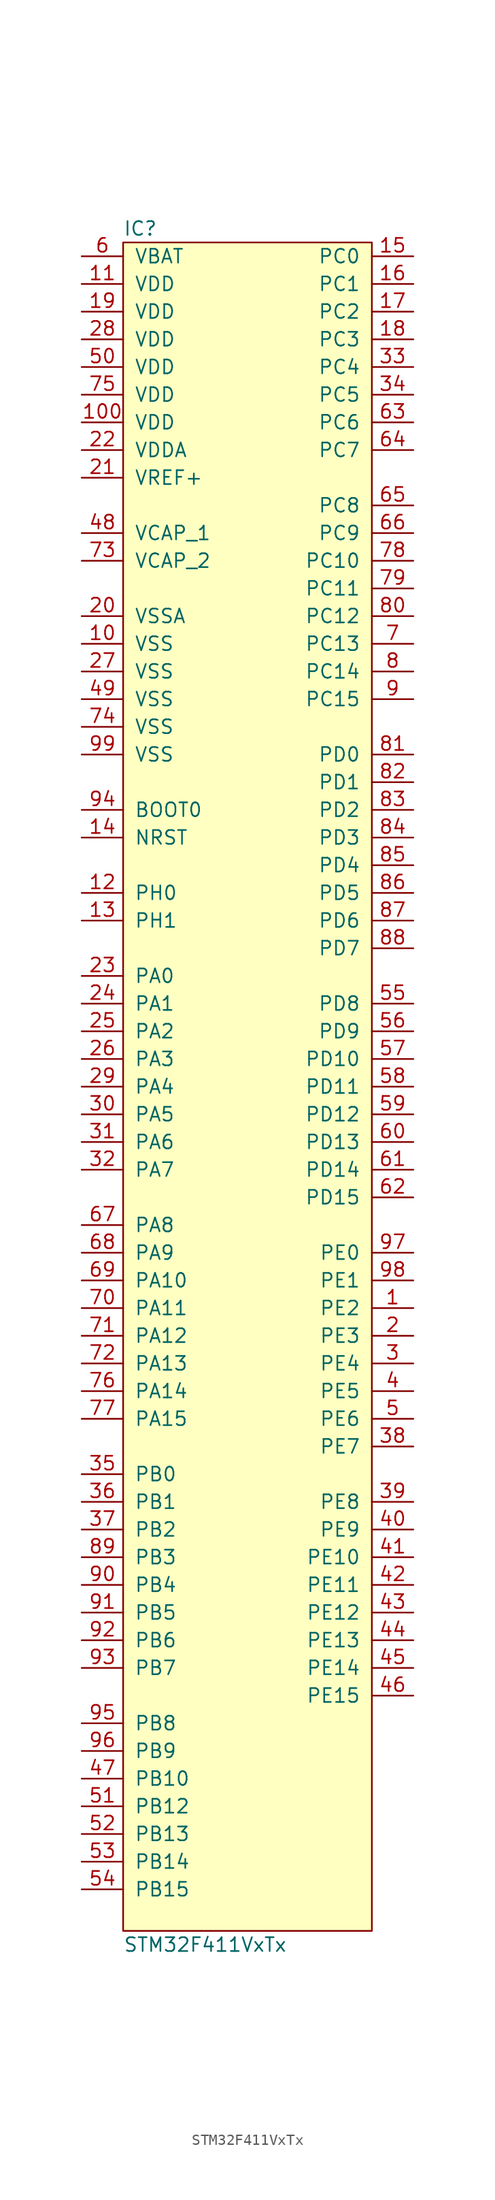
<source format=kicad_sym>
(kicad_symbol_lib
  (version 20211014)
  (generator agg_kicad.build_lib_ic)
  (symbol "STM32F411VxTx"
    (pin_names
      (offset 1.016))
    (property Reference IC
      (at -11.43 78.74 0)
      (effects (font (size 1.27 1.27)) (justify left)))
    (property Value "STM32F411VxTx"
      (at -11.43 -78.74 0)
      (effects (font (size 1.27 1.27)) (justify left)))
    (symbol "STM32F411VxTx_0_0"
      (rectangle (start -11.43 77.47) (end 11.43 -77.47) (stroke (width 0) (type default) (color 0 0 0 0)) (fill (type background)))
      (pin power_in line (at -15.24 76.2 0) (length 3.81) (name VBAT (effects (font (size 1.27 1.27)))) (number "6" (effects (font (size 1.27 1.27)))))
      (pin power_in line (at -15.24 73.66 0) (length 3.81) (name VDD (effects (font (size 1.27 1.27)))) (number "11" (effects (font (size 1.27 1.27)))))
      (pin power_in line (at -15.24 71.12 0) (length 3.81) (name VDD (effects (font (size 1.27 1.27)))) (number "19" (effects (font (size 1.27 1.27)))))
      (pin power_in line (at -15.24 68.58 0) (length 3.81) (name VDD (effects (font (size 1.27 1.27)))) (number "28" (effects (font (size 1.27 1.27)))))
      (pin power_in line (at -15.24 66.04 0) (length 3.81) (name VDD (effects (font (size 1.27 1.27)))) (number "50" (effects (font (size 1.27 1.27)))))
      (pin power_in line (at -15.24 63.5 0) (length 3.81) (name VDD (effects (font (size 1.27 1.27)))) (number "75" (effects (font (size 1.27 1.27)))))
      (pin power_in line (at -15.24 60.96 0) (length 3.81) (name VDD (effects (font (size 1.27 1.27)))) (number "100" (effects (font (size 1.27 1.27)))))
      (pin power_in line (at -15.24 58.42 0) (length 3.81) (name VDDA (effects (font (size 1.27 1.27)))) (number "22" (effects (font (size 1.27 1.27)))))
      (pin power_in line (at -15.24 55.88 0) (length 3.81) (name "VREF+" (effects (font (size 1.27 1.27)))) (number "21" (effects (font (size 1.27 1.27)))))
      (pin passive line (at -15.24 50.8 0) (length 3.81) (name "VCAP_1" (effects (font (size 1.27 1.27)))) (number "48" (effects (font (size 1.27 1.27)))))
      (pin passive line (at -15.24 48.26 0) (length 3.81) (name "VCAP_2" (effects (font (size 1.27 1.27)))) (number "73" (effects (font (size 1.27 1.27)))))
      (pin power_in line (at -15.24 43.18 0) (length 3.81) (name VSSA (effects (font (size 1.27 1.27)))) (number "20" (effects (font (size 1.27 1.27)))))
      (pin power_in line (at -15.24 40.64 0) (length 3.81) (name VSS (effects (font (size 1.27 1.27)))) (number "10" (effects (font (size 1.27 1.27)))))
      (pin power_in line (at -15.24 38.1 0) (length 3.81) (name VSS (effects (font (size 1.27 1.27)))) (number "27" (effects (font (size 1.27 1.27)))))
      (pin power_in line (at -15.24 35.56 0) (length 3.81) (name VSS (effects (font (size 1.27 1.27)))) (number "49" (effects (font (size 1.27 1.27)))))
      (pin power_in line (at -15.24 33.02 0) (length 3.81) (name VSS (effects (font (size 1.27 1.27)))) (number "74" (effects (font (size 1.27 1.27)))))
      (pin power_in line (at -15.24 30.48 0) (length 3.81) (name VSS (effects (font (size 1.27 1.27)))) (number "99" (effects (font (size 1.27 1.27)))))
      (pin input line (at -15.24 25.4 0) (length 3.81) (name "BOOT0" (effects (font (size 1.27 1.27)))) (number "94" (effects (font (size 1.27 1.27)))))
      (pin input line (at -15.24 22.86 0) (length 3.81) (name NRST (effects (font (size 1.27 1.27)))) (number "14" (effects (font (size 1.27 1.27)))))
      (pin bidirectional line (at -15.24 17.78 0) (length 3.81) (name "PH0" (effects (font (size 1.27 1.27)))) (number "12" (effects (font (size 1.27 1.27)))))
      (pin bidirectional line (at -15.24 15.24 0) (length 3.81) (name "PH1" (effects (font (size 1.27 1.27)))) (number "13" (effects (font (size 1.27 1.27)))))
      (pin bidirectional line (at -15.24 10.16 0) (length 3.81) (name "PA0" (effects (font (size 1.27 1.27)))) (number "23" (effects (font (size 1.27 1.27)))))
      (pin bidirectional line (at -15.24 7.62 0) (length 3.81) (name "PA1" (effects (font (size 1.27 1.27)))) (number "24" (effects (font (size 1.27 1.27)))))
      (pin bidirectional line (at -15.24 5.08 0) (length 3.81) (name "PA2" (effects (font (size 1.27 1.27)))) (number "25" (effects (font (size 1.27 1.27)))))
      (pin bidirectional line (at -15.24 2.54 0) (length 3.81) (name "PA3" (effects (font (size 1.27 1.27)))) (number "26" (effects (font (size 1.27 1.27)))))
      (pin bidirectional line (at -15.24 0 0) (length 3.81) (name "PA4" (effects (font (size 1.27 1.27)))) (number "29" (effects (font (size 1.27 1.27)))))
      (pin bidirectional line (at -15.24 -2.54 0) (length 3.81) (name "PA5" (effects (font (size 1.27 1.27)))) (number "30" (effects (font (size 1.27 1.27)))))
      (pin bidirectional line (at -15.24 -5.08 0) (length 3.81) (name "PA6" (effects (font (size 1.27 1.27)))) (number "31" (effects (font (size 1.27 1.27)))))
      (pin bidirectional line (at -15.24 -7.62 0) (length 3.81) (name "PA7" (effects (font (size 1.27 1.27)))) (number "32" (effects (font (size 1.27 1.27)))))
      (pin bidirectional line (at -15.24 -12.7 0) (length 3.81) (name "PA8" (effects (font (size 1.27 1.27)))) (number "67" (effects (font (size 1.27 1.27)))))
      (pin bidirectional line (at -15.24 -15.24 0) (length 3.81) (name "PA9" (effects (font (size 1.27 1.27)))) (number "68" (effects (font (size 1.27 1.27)))))
      (pin bidirectional line (at -15.24 -17.78 0) (length 3.81) (name "PA10" (effects (font (size 1.27 1.27)))) (number "69" (effects (font (size 1.27 1.27)))))
      (pin bidirectional line (at -15.24 -20.32 0) (length 3.81) (name "PA11" (effects (font (size 1.27 1.27)))) (number "70" (effects (font (size 1.27 1.27)))))
      (pin bidirectional line (at -15.24 -22.86 0) (length 3.81) (name "PA12" (effects (font (size 1.27 1.27)))) (number "71" (effects (font (size 1.27 1.27)))))
      (pin bidirectional line (at -15.24 -25.4 0) (length 3.81) (name "PA13" (effects (font (size 1.27 1.27)))) (number "72" (effects (font (size 1.27 1.27)))))
      (pin bidirectional line (at -15.24 -27.94 0) (length 3.81) (name "PA14" (effects (font (size 1.27 1.27)))) (number "76" (effects (font (size 1.27 1.27)))))
      (pin bidirectional line (at -15.24 -30.48 0) (length 3.81) (name "PA15" (effects (font (size 1.27 1.27)))) (number "77" (effects (font (size 1.27 1.27)))))
      (pin bidirectional line (at -15.24 -35.56 0) (length 3.81) (name "PB0" (effects (font (size 1.27 1.27)))) (number "35" (effects (font (size 1.27 1.27)))))
      (pin bidirectional line (at -15.24 -38.1 0) (length 3.81) (name "PB1" (effects (font (size 1.27 1.27)))) (number "36" (effects (font (size 1.27 1.27)))))
      (pin bidirectional line (at -15.24 -40.64 0) (length 3.81) (name "PB2" (effects (font (size 1.27 1.27)))) (number "37" (effects (font (size 1.27 1.27)))))
      (pin bidirectional line (at -15.24 -43.18 0) (length 3.81) (name "PB3" (effects (font (size 1.27 1.27)))) (number "89" (effects (font (size 1.27 1.27)))))
      (pin bidirectional line (at -15.24 -45.72 0) (length 3.81) (name "PB4" (effects (font (size 1.27 1.27)))) (number "90" (effects (font (size 1.27 1.27)))))
      (pin bidirectional line (at -15.24 -48.26 0) (length 3.81) (name "PB5" (effects (font (size 1.27 1.27)))) (number "91" (effects (font (size 1.27 1.27)))))
      (pin bidirectional line (at -15.24 -50.8 0) (length 3.81) (name "PB6" (effects (font (size 1.27 1.27)))) (number "92" (effects (font (size 1.27 1.27)))))
      (pin bidirectional line (at -15.24 -53.34 0) (length 3.81) (name "PB7" (effects (font (size 1.27 1.27)))) (number "93" (effects (font (size 1.27 1.27)))))
      (pin bidirectional line (at -15.24 -58.42 0) (length 3.81) (name "PB8" (effects (font (size 1.27 1.27)))) (number "95" (effects (font (size 1.27 1.27)))))
      (pin bidirectional line (at -15.24 -60.96 0) (length 3.81) (name "PB9" (effects (font (size 1.27 1.27)))) (number "96" (effects (font (size 1.27 1.27)))))
      (pin bidirectional line (at -15.24 -63.5 0) (length 3.81) (name "PB10" (effects (font (size 1.27 1.27)))) (number "47" (effects (font (size 1.27 1.27)))))
      (pin bidirectional line (at -15.24 -66.04 0) (length 3.81) (name "PB12" (effects (font (size 1.27 1.27)))) (number "51" (effects (font (size 1.27 1.27)))))
      (pin bidirectional line (at -15.24 -68.58 0) (length 3.81) (name "PB13" (effects (font (size 1.27 1.27)))) (number "52" (effects (font (size 1.27 1.27)))))
      (pin bidirectional line (at -15.24 -71.12 0) (length 3.81) (name "PB14" (effects (font (size 1.27 1.27)))) (number "53" (effects (font (size 1.27 1.27)))))
      (pin bidirectional line (at -15.24 -73.66 0) (length 3.81) (name "PB15" (effects (font (size 1.27 1.27)))) (number "54" (effects (font (size 1.27 1.27)))))
      (pin bidirectional line (at 15.24 76.2 180) (length 3.81) (name "PC0" (effects (font (size 1.27 1.27)))) (number "15" (effects (font (size 1.27 1.27)))))
      (pin bidirectional line (at 15.24 73.66 180) (length 3.81) (name "PC1" (effects (font (size 1.27 1.27)))) (number "16" (effects (font (size 1.27 1.27)))))
      (pin bidirectional line (at 15.24 71.12 180) (length 3.81) (name "PC2" (effects (font (size 1.27 1.27)))) (number "17" (effects (font (size 1.27 1.27)))))
      (pin bidirectional line (at 15.24 68.58 180) (length 3.81) (name "PC3" (effects (font (size 1.27 1.27)))) (number "18" (effects (font (size 1.27 1.27)))))
      (pin bidirectional line (at 15.24 66.04 180) (length 3.81) (name "PC4" (effects (font (size 1.27 1.27)))) (number "33" (effects (font (size 1.27 1.27)))))
      (pin bidirectional line (at 15.24 63.5 180) (length 3.81) (name "PC5" (effects (font (size 1.27 1.27)))) (number "34" (effects (font (size 1.27 1.27)))))
      (pin bidirectional line (at 15.24 60.96 180) (length 3.81) (name "PC6" (effects (font (size 1.27 1.27)))) (number "63" (effects (font (size 1.27 1.27)))))
      (pin bidirectional line (at 15.24 58.42 180) (length 3.81) (name "PC7" (effects (font (size 1.27 1.27)))) (number "64" (effects (font (size 1.27 1.27)))))
      (pin bidirectional line (at 15.24 53.34 180) (length 3.81) (name "PC8" (effects (font (size 1.27 1.27)))) (number "65" (effects (font (size 1.27 1.27)))))
      (pin bidirectional line (at 15.24 50.8 180) (length 3.81) (name "PC9" (effects (font (size 1.27 1.27)))) (number "66" (effects (font (size 1.27 1.27)))))
      (pin bidirectional line (at 15.24 48.26 180) (length 3.81) (name "PC10" (effects (font (size 1.27 1.27)))) (number "78" (effects (font (size 1.27 1.27)))))
      (pin bidirectional line (at 15.24 45.72 180) (length 3.81) (name "PC11" (effects (font (size 1.27 1.27)))) (number "79" (effects (font (size 1.27 1.27)))))
      (pin bidirectional line (at 15.24 43.18 180) (length 3.81) (name "PC12" (effects (font (size 1.27 1.27)))) (number "80" (effects (font (size 1.27 1.27)))))
      (pin bidirectional line (at 15.24 40.64 180) (length 3.81) (name "PC13" (effects (font (size 1.27 1.27)))) (number "7" (effects (font (size 1.27 1.27)))))
      (pin bidirectional line (at 15.24 38.1 180) (length 3.81) (name "PC14" (effects (font (size 1.27 1.27)))) (number "8" (effects (font (size 1.27 1.27)))))
      (pin bidirectional line (at 15.24 35.56 180) (length 3.81) (name "PC15" (effects (font (size 1.27 1.27)))) (number "9" (effects (font (size 1.27 1.27)))))
      (pin bidirectional line (at 15.24 30.48 180) (length 3.81) (name "PD0" (effects (font (size 1.27 1.27)))) (number "81" (effects (font (size 1.27 1.27)))))
      (pin bidirectional line (at 15.24 27.94 180) (length 3.81) (name "PD1" (effects (font (size 1.27 1.27)))) (number "82" (effects (font (size 1.27 1.27)))))
      (pin bidirectional line (at 15.24 25.4 180) (length 3.81) (name "PD2" (effects (font (size 1.27 1.27)))) (number "83" (effects (font (size 1.27 1.27)))))
      (pin bidirectional line (at 15.24 22.86 180) (length 3.81) (name "PD3" (effects (font (size 1.27 1.27)))) (number "84" (effects (font (size 1.27 1.27)))))
      (pin bidirectional line (at 15.24 20.32 180) (length 3.81) (name "PD4" (effects (font (size 1.27 1.27)))) (number "85" (effects (font (size 1.27 1.27)))))
      (pin bidirectional line (at 15.24 17.78 180) (length 3.81) (name "PD5" (effects (font (size 1.27 1.27)))) (number "86" (effects (font (size 1.27 1.27)))))
      (pin bidirectional line (at 15.24 15.24 180) (length 3.81) (name "PD6" (effects (font (size 1.27 1.27)))) (number "87" (effects (font (size 1.27 1.27)))))
      (pin bidirectional line (at 15.24 12.7 180) (length 3.81) (name "PD7" (effects (font (size 1.27 1.27)))) (number "88" (effects (font (size 1.27 1.27)))))
      (pin bidirectional line (at 15.24 7.62 180) (length 3.81) (name "PD8" (effects (font (size 1.27 1.27)))) (number "55" (effects (font (size 1.27 1.27)))))
      (pin bidirectional line (at 15.24 5.08 180) (length 3.81) (name "PD9" (effects (font (size 1.27 1.27)))) (number "56" (effects (font (size 1.27 1.27)))))
      (pin bidirectional line (at 15.24 2.54 180) (length 3.81) (name "PD10" (effects (font (size 1.27 1.27)))) (number "57" (effects (font (size 1.27 1.27)))))
      (pin bidirectional line (at 15.24 0 180) (length 3.81) (name "PD11" (effects (font (size 1.27 1.27)))) (number "58" (effects (font (size 1.27 1.27)))))
      (pin bidirectional line (at 15.24 -2.54 180) (length 3.81) (name "PD12" (effects (font (size 1.27 1.27)))) (number "59" (effects (font (size 1.27 1.27)))))
      (pin bidirectional line (at 15.24 -5.08 180) (length 3.81) (name "PD13" (effects (font (size 1.27 1.27)))) (number "60" (effects (font (size 1.27 1.27)))))
      (pin bidirectional line (at 15.24 -7.62 180) (length 3.81) (name "PD14" (effects (font (size 1.27 1.27)))) (number "61" (effects (font (size 1.27 1.27)))))
      (pin bidirectional line (at 15.24 -10.16 180) (length 3.81) (name "PD15" (effects (font (size 1.27 1.27)))) (number "62" (effects (font (size 1.27 1.27)))))
      (pin bidirectional line (at 15.24 -15.24 180) (length 3.81) (name "PE0" (effects (font (size 1.27 1.27)))) (number "97" (effects (font (size 1.27 1.27)))))
      (pin bidirectional line (at 15.24 -17.78 180) (length 3.81) (name "PE1" (effects (font (size 1.27 1.27)))) (number "98" (effects (font (size 1.27 1.27)))))
      (pin bidirectional line (at 15.24 -20.32 180) (length 3.81) (name "PE2" (effects (font (size 1.27 1.27)))) (number "1" (effects (font (size 1.27 1.27)))))
      (pin bidirectional line (at 15.24 -22.86 180) (length 3.81) (name "PE3" (effects (font (size 1.27 1.27)))) (number "2" (effects (font (size 1.27 1.27)))))
      (pin bidirectional line (at 15.24 -25.4 180) (length 3.81) (name "PE4" (effects (font (size 1.27 1.27)))) (number "3" (effects (font (size 1.27 1.27)))))
      (pin bidirectional line (at 15.24 -27.94 180) (length 3.81) (name "PE5" (effects (font (size 1.27 1.27)))) (number "4" (effects (font (size 1.27 1.27)))))
      (pin bidirectional line (at 15.24 -30.48 180) (length 3.81) (name "PE6" (effects (font (size 1.27 1.27)))) (number "5" (effects (font (size 1.27 1.27)))))
      (pin bidirectional line (at 15.24 -33.02 180) (length 3.81) (name "PE7" (effects (font (size 1.27 1.27)))) (number "38" (effects (font (size 1.27 1.27)))))
      (pin bidirectional line (at 15.24 -38.1 180) (length 3.81) (name "PE8" (effects (font (size 1.27 1.27)))) (number "39" (effects (font (size 1.27 1.27)))))
      (pin bidirectional line (at 15.24 -40.64 180) (length 3.81) (name "PE9" (effects (font (size 1.27 1.27)))) (number "40" (effects (font (size 1.27 1.27)))))
      (pin bidirectional line (at 15.24 -43.18 180) (length 3.81) (name "PE10" (effects (font (size 1.27 1.27)))) (number "41" (effects (font (size 1.27 1.27)))))
      (pin bidirectional line (at 15.24 -45.72 180) (length 3.81) (name "PE11" (effects (font (size 1.27 1.27)))) (number "42" (effects (font (size 1.27 1.27)))))
      (pin bidirectional line (at 15.24 -48.26 180) (length 3.81) (name "PE12" (effects (font (size 1.27 1.27)))) (number "43" (effects (font (size 1.27 1.27)))))
      (pin bidirectional line (at 15.24 -50.8 180) (length 3.81) (name "PE13" (effects (font (size 1.27 1.27)))) (number "44" (effects (font (size 1.27 1.27)))))
      (pin bidirectional line (at 15.24 -53.34 180) (length 3.81) (name "PE14" (effects (font (size 1.27 1.27)))) (number "45" (effects (font (size 1.27 1.27)))))
      (pin bidirectional line (at 15.24 -55.88 180) (length 3.81) (name "PE15" (effects (font (size 1.27 1.27)))) (number "46" (effects (font (size 1.27 1.27))))))))
</source>
